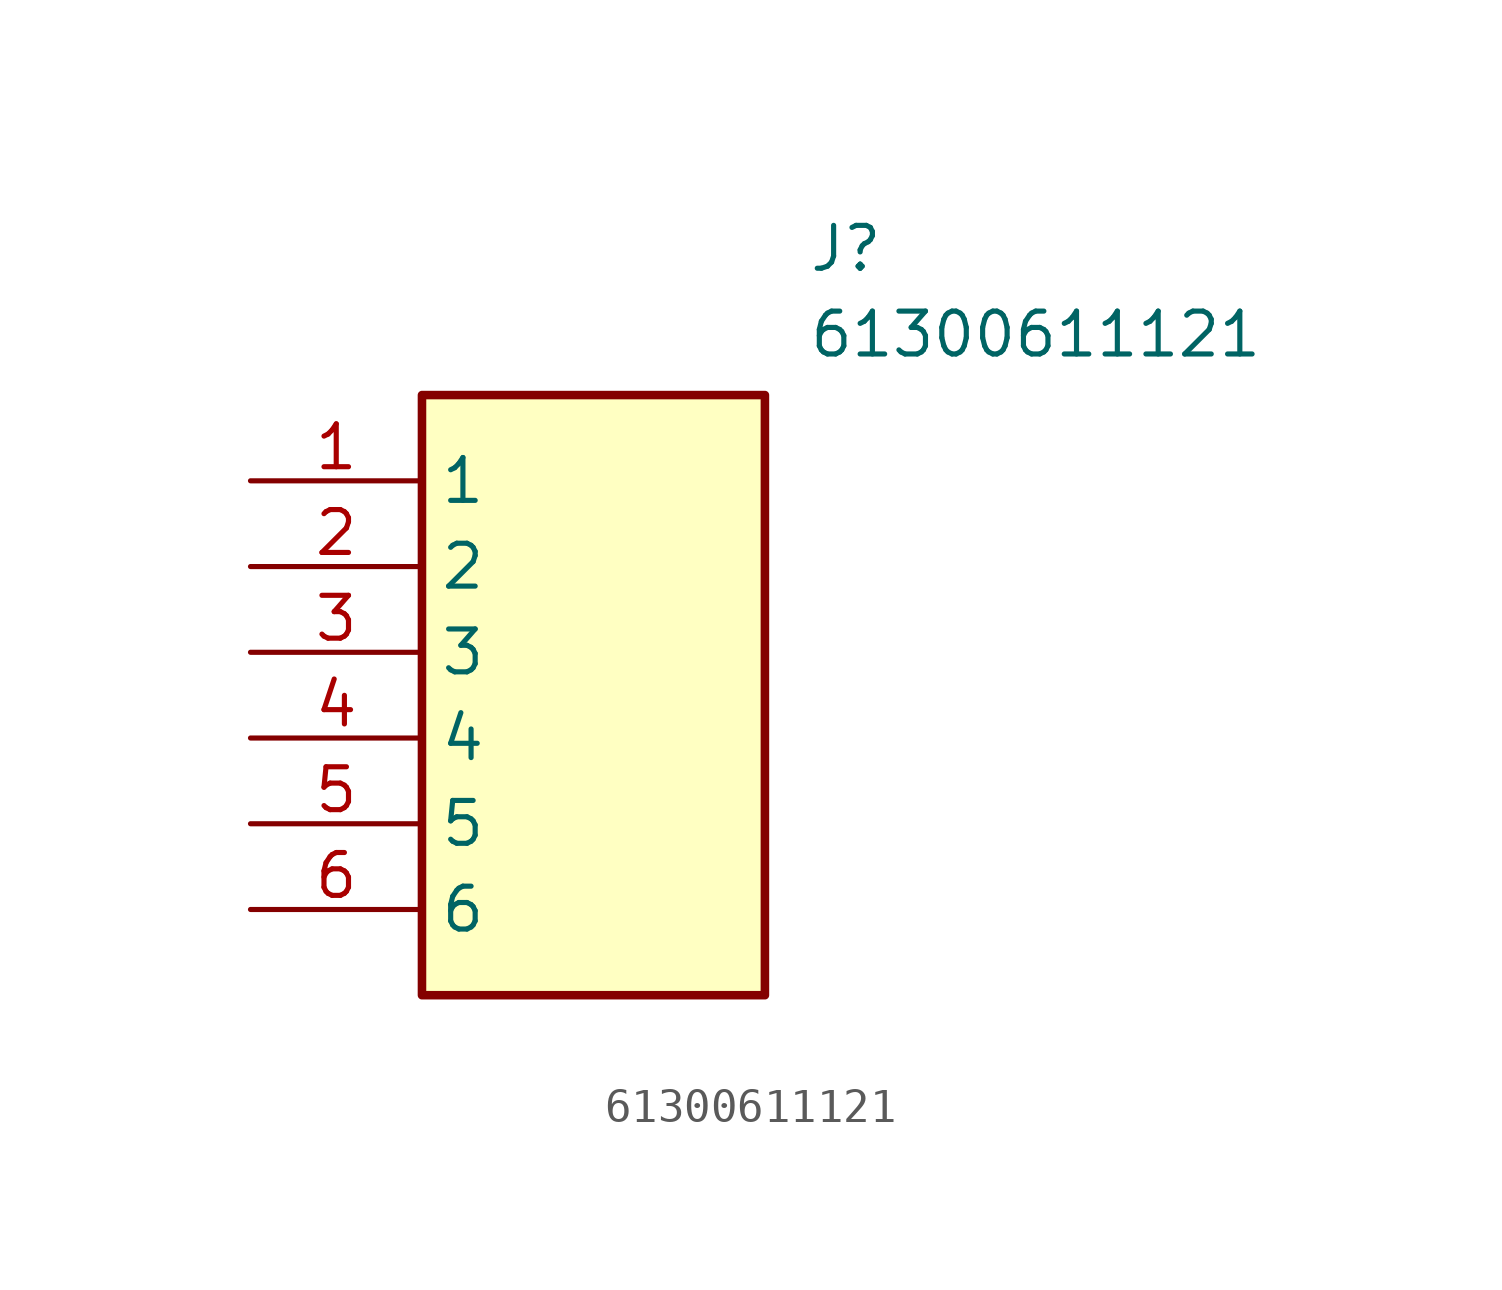
<source format=kicad_sym>
(kicad_symbol_lib
  (version 20211014)
  (generator SamacSys_ECAD_Model)
  (symbol "61300611121"
    (property "Reference" "J"
      (at 16.51 7.62 0)
      (effects (font (size 1.27 1.27)) (justify left top)))
    (property "Value" "61300611121"
      (at 16.51 5.08 0)
      (effects (font (size 1.27 1.27)) (justify left top)))
    (rectangle
      (start 5.08 2.54)
      (end 15.24 -15.24)
      (stroke (width 0.254) (type default))
      (fill (type background)))
    (pin passive line
      (at 0 0 0)
      (length 5.08)
      (name "1" (effects (font (size 1.27 1.27))))
      (number "1" (effects (font (size 1.27 1.27)))))
    (pin passive line
      (at 0 -2.54 0)
      (length 5.08)
      (name "2" (effects (font (size 1.27 1.27))))
      (number "2" (effects (font (size 1.27 1.27)))))
    (pin passive line
      (at 0 -5.08 0)
      (length 5.08)
      (name "3" (effects (font (size 1.27 1.27))))
      (number "3" (effects (font (size 1.27 1.27)))))
    (pin passive line
      (at 0 -7.62 0)
      (length 5.08)
      (name "4" (effects (font (size 1.27 1.27))))
      (number "4" (effects (font (size 1.27 1.27)))))
    (pin passive line
      (at 0 -10.16 0)
      (length 5.08)
      (name "5" (effects (font (size 1.27 1.27))))
      (number "5" (effects (font (size 1.27 1.27)))))
    (pin passive line
      (at 0 -12.7 0)
      (length 5.08)
      (name "6" (effects (font (size 1.27 1.27))))
      (number "6" (effects (font (size 1.27 1.27)))))))
</source>
